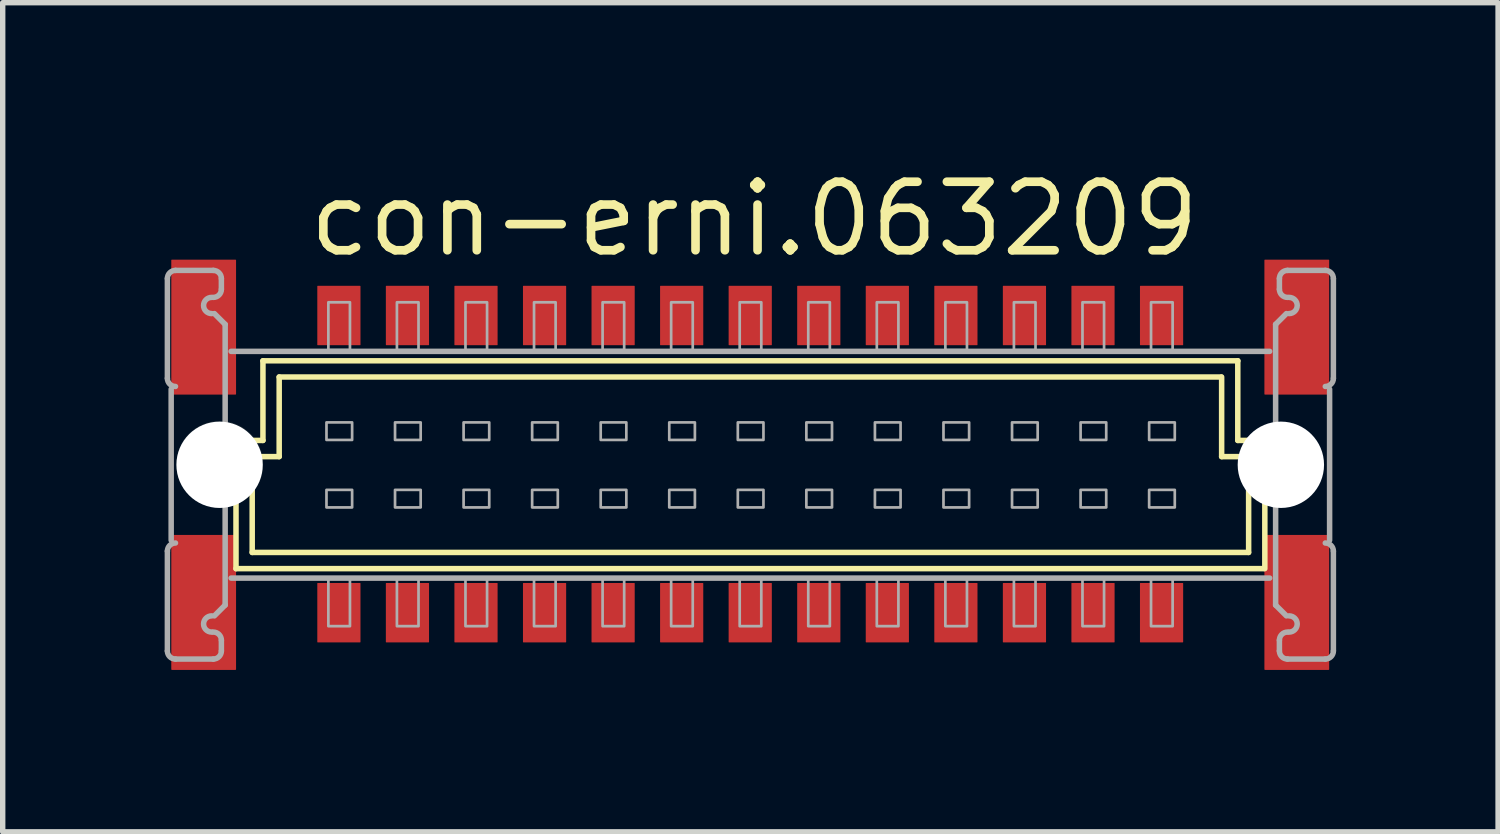
<source format=kicad_pcb>
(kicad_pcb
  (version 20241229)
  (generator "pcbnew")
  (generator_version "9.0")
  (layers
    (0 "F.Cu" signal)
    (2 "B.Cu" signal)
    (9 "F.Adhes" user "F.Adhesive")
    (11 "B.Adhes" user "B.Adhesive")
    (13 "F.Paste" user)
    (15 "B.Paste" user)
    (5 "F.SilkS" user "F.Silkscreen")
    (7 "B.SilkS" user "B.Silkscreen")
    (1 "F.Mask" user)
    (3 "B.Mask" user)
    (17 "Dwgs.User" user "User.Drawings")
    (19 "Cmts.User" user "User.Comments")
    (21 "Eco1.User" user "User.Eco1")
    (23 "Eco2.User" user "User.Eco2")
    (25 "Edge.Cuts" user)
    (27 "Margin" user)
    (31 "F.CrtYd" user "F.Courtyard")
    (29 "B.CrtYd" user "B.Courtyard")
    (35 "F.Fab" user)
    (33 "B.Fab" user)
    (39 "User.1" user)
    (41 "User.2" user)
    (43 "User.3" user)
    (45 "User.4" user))
  (footprint "con-erni.063209"
    (layer "F.Cu")
    (at 10.848 5.56)
    (property "Reference" "con-erni.063209" (at -8.255 -3.81 0) (layer "F.SilkS") (effects (font (size 1.27 1.27) (thickness 0.16)) (justify left bottom)))
    (attr smd)
    (fp_line (start -9.526 1.924) (end -9.526 -0.451) (stroke (width 0.102) (type default)) (layer "F.SilkS"))
    (fp_line (start -9.226 -0.151) (end -9.227 -0.151) (stroke (width 0.102) (type default)) (layer "F.SilkS"))
    (fp_line (start -9.226 1.624) (end -9.226 -0.151) (stroke (width 0.102) (type default)) (layer "F.SilkS"))
    (fp_line (start -9.226 1.624) (end 9.232 1.624) (stroke (width 0.102) (type default)) (layer "F.SilkS"))
    (fp_line (start -9.027 -1.926) (end -9.027 -0.451) (stroke (width 0.102) (type default)) (layer "F.SilkS"))
    (fp_line (start -9.027 -0.451) (end -9.526 -0.451) (stroke (width 0.102) (type default)) (layer "F.SilkS"))
    (fp_line (start -8.727 -0.151) (end -9.226 -0.151) (stroke (width 0.102) (type default)) (layer "F.SilkS"))
    (fp_line (start -8.726 -0.151) (end -8.726 -1.626) (stroke (width 0.102) (type default)) (layer "F.SilkS"))
    (fp_line (start 8.723 -1.626) (end -8.726 -1.626) (stroke (width 0.102) (type default)) (layer "F.SilkS"))
    (fp_line (start 8.733 -0.151) (end 8.733 -1.626) (stroke (width 0.102) (type default)) (layer "F.SilkS"))
    (fp_line (start 9.032 -0.451) (end 9.032 -1.926) (stroke (width 0.102) (type default)) (layer "F.SilkS"))
    (fp_line (start 9.033 -1.926) (end -9.027 -1.926) (stroke (width 0.102) (type default)) (layer "F.SilkS"))
    (fp_line (start 9.233 -0.151) (end 8.733 -0.151) (stroke (width 0.102) (type default)) (layer "F.SilkS"))
    (fp_line (start 9.233 1.624) (end 9.233 -0.151) (stroke (width 0.102) (type default)) (layer "F.SilkS"))
    (fp_line (start 9.513 1.924) (end -9.526 1.924) (stroke (width 0.102) (type default)) (layer "F.SilkS"))
    (fp_line (start 9.533 -0.451) (end 9.033 -0.451) (stroke (width 0.102) (type default)) (layer "F.SilkS"))
    (fp_line (start 9.533 1.924) (end 9.533 -0.451) (stroke (width 0.102) (type default)) (layer "F.SilkS"))
    (fp_circle (center -9.826 -0.008) (end -9.027 -0.008) (stroke (width 0.001) (type default)) (fill no) (layer "F.SilkS"))
    (fp_line (start -10.797 -1.601) (end -10.797 -3.451) (stroke (width 0.102) (type default)) (layer "F.Fab"))
    (fp_line (start -10.797 3.449) (end -10.797 1.599) (stroke (width 0.102) (type default)) (layer "F.Fab"))
    (fp_line (start -10.727 -1.401) (end -10.727 1.399) (stroke (width 0.102) (type default)) (layer "F.Fab"))
    (fp_line (start -10.647 -3.601) (end -9.947 -3.601) (stroke (width 0.102) (type default)) (layer "F.Fab"))
    (fp_line (start -9.947 3.599) (end -10.647 3.599) (stroke (width 0.102) (type default)) (layer "F.Fab"))
    (fp_line (start -9.927 -2.801) (end -9.727 -2.601) (stroke (width 0.102) (type default)) (layer "F.Fab"))
    (fp_line (start -9.797 -3.451) (end -9.797 -3.251) (stroke (width 0.102) (type default)) (layer "F.Fab"))
    (fp_line (start -9.797 3.249) (end -9.797 3.449) (stroke (width 0.102) (type default)) (layer "F.Fab"))
    (fp_line (start -9.727 -2.601) (end -9.727 2.599) (stroke (width 0.102) (type default)) (layer "F.Fab"))
    (fp_line (start -9.727 2.599) (end -9.927 2.799) (stroke (width 0.102) (type default)) (layer "F.Fab"))
    (fp_line (start 9.623 -2.101) (end -9.617 -2.101) (stroke (width 0.102) (type default)) (layer "F.Fab"))
    (fp_line (start 9.623 2.099) (end -9.617 2.099) (stroke (width 0.102) (type default)) (layer "F.Fab"))
    (fp_line (start 9.733 -2.601) (end 9.733 2.599) (stroke (width 0.102) (type default)) (layer "F.Fab"))
    (fp_line (start 9.733 2.599) (end 9.933 2.799) (stroke (width 0.102) (type default)) (layer "F.Fab"))
    (fp_line (start 9.803 -3.451) (end 9.803 -3.251) (stroke (width 0.102) (type default)) (layer "F.Fab"))
    (fp_line (start 9.803 3.249) (end 9.803 3.449) (stroke (width 0.102) (type default)) (layer "F.Fab"))
    (fp_line (start 9.933 -2.801) (end 9.733 -2.601) (stroke (width 0.102) (type default)) (layer "F.Fab"))
    (fp_line (start 9.953 3.599) (end 10.653 3.599) (stroke (width 0.102) (type default)) (layer "F.Fab"))
    (fp_line (start 10.653 -3.601) (end 9.953 -3.601) (stroke (width 0.102) (type default)) (layer "F.Fab"))
    (fp_line (start 10.733 -1.401) (end 10.733 1.399) (stroke (width 0.102) (type default)) (layer "F.Fab"))
    (fp_line (start 10.803 -1.601) (end 10.803 -3.451) (stroke (width 0.102) (type default)) (layer "F.Fab"))
    (fp_line (start 10.803 3.449) (end 10.803 1.599) (stroke (width 0.102) (type default)) (layer "F.Fab"))
    (fp_rect (start -7.85 -0.46) (end -7.375 -0.785) (stroke (width 0.05) (type default)) (fill no) (layer "F.Fab"))
    (fp_rect (start -7.85 0.79) (end -7.375 0.465) (stroke (width 0.05) (type default)) (fill no) (layer "F.Fab"))
    (fp_rect (start -7.815 -2.125) (end -7.415 -3.01) (stroke (width 0.05) (type default)) (fill no) (layer "F.Fab"))
    (fp_rect (start -7.815 2.99) (end -7.415 2.1) (stroke (width 0.05) (type default)) (fill no) (layer "F.Fab"))
    (fp_rect (start -6.58 -0.46) (end -6.105 -0.785) (stroke (width 0.05) (type default)) (fill no) (layer "F.Fab"))
    (fp_rect (start -6.58 0.79) (end -6.105 0.465) (stroke (width 0.05) (type default)) (fill no) (layer "F.Fab"))
    (fp_rect (start -6.545 -2.125) (end -6.145 -3.01) (stroke (width 0.05) (type default)) (fill no) (layer "F.Fab"))
    (fp_rect (start -6.545 2.99) (end -6.145 2.1) (stroke (width 0.05) (type default)) (fill no) (layer "F.Fab"))
    (fp_rect (start -5.31 -0.46) (end -4.835 -0.785) (stroke (width 0.05) (type default)) (fill no) (layer "F.Fab"))
    (fp_rect (start -5.31 0.79) (end -4.835 0.465) (stroke (width 0.05) (type default)) (fill no) (layer "F.Fab"))
    (fp_rect (start -5.275 -2.125) (end -4.875 -3.01) (stroke (width 0.05) (type default)) (fill no) (layer "F.Fab"))
    (fp_rect (start -5.275 2.99) (end -4.875 2.1) (stroke (width 0.05) (type default)) (fill no) (layer "F.Fab"))
    (fp_rect (start -4.04 -0.46) (end -3.565 -0.785) (stroke (width 0.05) (type default)) (fill no) (layer "F.Fab"))
    (fp_rect (start -4.04 0.79) (end -3.565 0.465) (stroke (width 0.05) (type default)) (fill no) (layer "F.Fab"))
    (fp_rect (start -4.005 -2.125) (end -3.605 -3.01) (stroke (width 0.05) (type default)) (fill no) (layer "F.Fab"))
    (fp_rect (start -4.005 2.99) (end -3.605 2.1) (stroke (width 0.05) (type default)) (fill no) (layer "F.Fab"))
    (fp_rect (start -2.77 -0.46) (end -2.295 -0.785) (stroke (width 0.05) (type default)) (fill no) (layer "F.Fab"))
    (fp_rect (start -2.77 0.79) (end -2.295 0.465) (stroke (width 0.05) (type default)) (fill no) (layer "F.Fab"))
    (fp_rect (start -2.735 -2.125) (end -2.335 -3.01) (stroke (width 0.05) (type default)) (fill no) (layer "F.Fab"))
    (fp_rect (start -2.735 2.99) (end -2.335 2.1) (stroke (width 0.05) (type default)) (fill no) (layer "F.Fab"))
    (fp_rect (start -1.5 -0.46) (end -1.025 -0.785) (stroke (width 0.05) (type default)) (fill no) (layer "F.Fab"))
    (fp_rect (start -1.5 0.79) (end -1.025 0.465) (stroke (width 0.05) (type default)) (fill no) (layer "F.Fab"))
    (fp_rect (start -1.465 -2.125) (end -1.065 -3.01) (stroke (width 0.05) (type default)) (fill no) (layer "F.Fab"))
    (fp_rect (start -1.465 2.99) (end -1.065 2.1) (stroke (width 0.05) (type default)) (fill no) (layer "F.Fab"))
    (fp_rect (start -0.23 -0.46) (end 0.245 -0.785) (stroke (width 0.05) (type default)) (fill no) (layer "F.Fab"))
    (fp_rect (start -0.23 0.79) (end 0.245 0.465) (stroke (width 0.05) (type default)) (fill no) (layer "F.Fab"))
    (fp_rect (start -0.195 -2.125) (end 0.205 -3.01) (stroke (width 0.05) (type default)) (fill no) (layer "F.Fab"))
    (fp_rect (start -0.195 2.99) (end 0.205 2.1) (stroke (width 0.05) (type default)) (fill no) (layer "F.Fab"))
    (fp_rect (start 1.04 -0.46) (end 1.515 -0.785) (stroke (width 0.05) (type default)) (fill no) (layer "F.Fab"))
    (fp_rect (start 1.04 0.79) (end 1.515 0.465) (stroke (width 0.05) (type default)) (fill no) (layer "F.Fab"))
    (fp_rect (start 1.075 -2.125) (end 1.475 -3.01) (stroke (width 0.05) (type default)) (fill no) (layer "F.Fab"))
    (fp_rect (start 1.075 2.99) (end 1.475 2.1) (stroke (width 0.05) (type default)) (fill no) (layer "F.Fab"))
    (fp_rect (start 2.31 -0.46) (end 2.785 -0.785) (stroke (width 0.05) (type default)) (fill no) (layer "F.Fab"))
    (fp_rect (start 2.31 0.79) (end 2.785 0.465) (stroke (width 0.05) (type default)) (fill no) (layer "F.Fab"))
    (fp_rect (start 2.345 -2.125) (end 2.745 -3.01) (stroke (width 0.05) (type default)) (fill no) (layer "F.Fab"))
    (fp_rect (start 2.345 2.99) (end 2.745 2.1) (stroke (width 0.05) (type default)) (fill no) (layer "F.Fab"))
    (fp_rect (start 3.58 -0.46) (end 4.055 -0.785) (stroke (width 0.05) (type default)) (fill no) (layer "F.Fab"))
    (fp_rect (start 3.58 0.79) (end 4.055 0.465) (stroke (width 0.05) (type default)) (fill no) (layer "F.Fab"))
    (fp_rect (start 3.615 -2.125) (end 4.015 -3.01) (stroke (width 0.05) (type default)) (fill no) (layer "F.Fab"))
    (fp_rect (start 3.615 2.99) (end 4.015 2.1) (stroke (width 0.05) (type default)) (fill no) (layer "F.Fab"))
    (fp_rect (start 4.85 -0.46) (end 5.325 -0.785) (stroke (width 0.05) (type default)) (fill no) (layer "F.Fab"))
    (fp_rect (start 4.85 0.79) (end 5.325 0.465) (stroke (width 0.05) (type default)) (fill no) (layer "F.Fab"))
    (fp_rect (start 4.885 -2.125) (end 5.285 -3.01) (stroke (width 0.05) (type default)) (fill no) (layer "F.Fab"))
    (fp_rect (start 4.885 2.99) (end 5.285 2.1) (stroke (width 0.05) (type default)) (fill no) (layer "F.Fab"))
    (fp_rect (start 6.12 -0.46) (end 6.595 -0.785) (stroke (width 0.05) (type default)) (fill no) (layer "F.Fab"))
    (fp_rect (start 6.12 0.79) (end 6.595 0.465) (stroke (width 0.05) (type default)) (fill no) (layer "F.Fab"))
    (fp_rect (start 6.155 -2.125) (end 6.555 -3.01) (stroke (width 0.05) (type default)) (fill no) (layer "F.Fab"))
    (fp_rect (start 6.155 2.99) (end 6.555 2.1) (stroke (width 0.05) (type default)) (fill no) (layer "F.Fab"))
    (fp_rect (start 7.39 -0.46) (end 7.865 -0.785) (stroke (width 0.05) (type default)) (fill no) (layer "F.Fab"))
    (fp_rect (start 7.39 0.79) (end 7.865 0.465) (stroke (width 0.05) (type default)) (fill no) (layer "F.Fab"))
    (fp_rect (start 7.425 -2.125) (end 7.825 -3.01) (stroke (width 0.05) (type default)) (fill no) (layer "F.Fab"))
    (fp_rect (start 7.425 2.99) (end 7.825 2.1) (stroke (width 0.05) (type default)) (fill no) (layer "F.Fab"))
    (fp_arc (start -10.7969 -3.4508) (mid -10.752966 -3.556866) (end -10.6469 -3.6008) (stroke (width 0.1016) (type default)) (layer "F.Fab"))
    (fp_arc (start -10.7969 1.5992) (mid -10.752966 1.493134) (end -10.6469 1.4492) (stroke (width 0.1016) (type default)) (layer "F.Fab"))
    (fp_arc (start -10.6469 -1.4508) (mid -10.752966 -1.494734) (end -10.7969 -1.6008) (stroke (width 0.1016) (type default)) (layer "F.Fab"))
    (fp_arc (start -10.6469 3.5992) (mid -10.752966 3.555266) (end -10.7969 3.4492) (stroke (width 0.1016) (type default)) (layer "F.Fab"))
    (fp_arc (start -9.9769 -2.8008) (mid -10.1269 -2.9508) (end -9.9769 -3.1008) (stroke (width 0.1016) (type default)) (layer "F.Fab"))
    (fp_arc (start -9.9769 3.0992) (mid -10.1269 2.9492) (end -9.9769 2.7992) (stroke (width 0.1016) (type default)) (layer "F.Fab"))
    (fp_arc (start -9.9469 -3.6008) (mid -9.840834 -3.556866) (end -9.7969 -3.4508) (stroke (width 0.1016) (type default)) (layer "F.Fab"))
    (fp_arc (start -9.9469 3.0992) (mid -9.840834 3.143134) (end -9.7969 3.2492) (stroke (width 0.1016) (type default)) (layer "F.Fab"))
    (fp_arc (start -9.7969 -3.2508) (mid -9.840834 -3.144734) (end -9.9469 -3.1008) (stroke (width 0.1016) (type default)) (layer "F.Fab"))
    (fp_arc (start -9.7969 3.4492) (mid -9.840834 3.555266) (end -9.9469 3.5992) (stroke (width 0.1016) (type default)) (layer "F.Fab"))
    (fp_arc (start 9.8031 -3.4508) (mid 9.847034 -3.556866) (end 9.9531 -3.6008) (stroke (width 0.1016) (type default)) (layer "F.Fab"))
    (fp_arc (start 9.8031 3.2492) (mid 9.847034 3.143134) (end 9.9531 3.0992) (stroke (width 0.1016) (type default)) (layer "F.Fab"))
    (fp_arc (start 9.9531 -3.1008) (mid 9.847034 -3.144734) (end 9.8031 -3.2508) (stroke (width 0.1016) (type default)) (layer "F.Fab"))
    (fp_arc (start 9.9531 3.5992) (mid 9.847034 3.555266) (end 9.8031 3.4492) (stroke (width 0.1016) (type default)) (layer "F.Fab"))
    (fp_arc (start 9.9831 -3.1008) (mid 10.1331 -2.9508) (end 9.9831 -2.8008) (stroke (width 0.1016) (type default)) (layer "F.Fab"))
    (fp_arc (start 9.9831 2.7992) (mid 10.1331 2.9492) (end 9.9831 3.0992) (stroke (width 0.1016) (type default)) (layer "F.Fab"))
    (fp_arc (start 10.6531 -3.6008) (mid 10.759166 -3.556866) (end 10.8031 -3.4508) (stroke (width 0.1016) (type default)) (layer "F.Fab"))
    (fp_arc (start 10.6531 1.4492) (mid 10.759166 1.493134) (end 10.8031 1.5992) (stroke (width 0.1016) (type default)) (layer "F.Fab"))
    (fp_arc (start 10.8031 -1.6008) (mid 10.759166 -1.494734) (end 10.6531 -1.4508) (stroke (width 0.1016) (type default)) (layer "F.Fab"))
    (fp_arc (start 10.8031 3.4492) (mid 10.759166 3.555266) (end 10.6531 3.5992) (stroke (width 0.1016) (type default)) (layer "F.Fab"))
    (pad "" np_thru_hole circle (at -9.83 0) (size 1.6 1.6) (drill 1.6) (layers "*.Cu" "*.Mask"))
    (pad "" np_thru_hole circle (at 9.83 0) (size 1.6 1.6) (drill 1.6) (layers "*.Cu" "*.Mask"))
    (pad "A1" smd roundrect (at -7.62 -2.765 180) (size 0.8 1.1) (layers "F.Cu" "F.Mask" "F.Paste") (roundrect_rratio 0.01))
    (pad "A2" smd roundrect (at -6.35 -2.765 180) (size 0.8 1.1) (layers "F.Cu" "F.Mask" "F.Paste") (roundrect_rratio 0.01))
    (pad "A3" smd roundrect (at -5.08 -2.765 180) (size 0.8 1.1) (layers "F.Cu" "F.Mask" "F.Paste") (roundrect_rratio 0.01))
    (pad "A4" smd roundrect (at -3.81 -2.765 180) (size 0.8 1.1) (layers "F.Cu" "F.Mask" "F.Paste") (roundrect_rratio 0.01))
    (pad "A5" smd roundrect (at -2.54 -2.765 180) (size 0.8 1.1) (layers "F.Cu" "F.Mask" "F.Paste") (roundrect_rratio 0.01))
    (pad "A6" smd roundrect (at -1.27 -2.765 180) (size 0.8 1.1) (layers "F.Cu" "F.Mask" "F.Paste") (roundrect_rratio 0.01))
    (pad "A7" smd roundrect (at 0 -2.765 180) (size 0.8 1.1) (layers "F.Cu" "F.Mask" "F.Paste") (roundrect_rratio 0.01))
    (pad "A8" smd roundrect (at 1.27 -2.765 180) (size 0.8 1.1) (layers "F.Cu" "F.Mask" "F.Paste") (roundrect_rratio 0.01))
    (pad "A9" smd roundrect (at 2.54 -2.765 180) (size 0.8 1.1) (layers "F.Cu" "F.Mask" "F.Paste") (roundrect_rratio 0.01))
    (pad "A10" smd roundrect (at 3.81 -2.765 180) (size 0.8 1.1) (layers "F.Cu" "F.Mask" "F.Paste") (roundrect_rratio 0.01))
    (pad "A11" smd roundrect (at 5.08 -2.765 180) (size 0.8 1.1) (layers "F.Cu" "F.Mask" "F.Paste") (roundrect_rratio 0.01))
    (pad "A12" smd roundrect (at 6.35 -2.765 180) (size 0.8 1.1) (layers "F.Cu" "F.Mask" "F.Paste") (roundrect_rratio 0.01))
    (pad "A13" smd roundrect (at 7.62 -2.765 180) (size 0.8 1.1) (layers "F.Cu" "F.Mask" "F.Paste") (roundrect_rratio 0.01))
    (pad "B1" smd roundrect (at -7.62 2.74 180) (size 0.8 1.1) (layers "F.Cu" "F.Mask" "F.Paste") (roundrect_rratio 0.01))
    (pad "B2" smd roundrect (at -6.35 2.74 180) (size 0.8 1.1) (layers "F.Cu" "F.Mask" "F.Paste") (roundrect_rratio 0.01))
    (pad "B3" smd roundrect (at -5.08 2.74 180) (size 0.8 1.1) (layers "F.Cu" "F.Mask" "F.Paste") (roundrect_rratio 0.01))
    (pad "B4" smd roundrect (at -3.81 2.74 180) (size 0.8 1.1) (layers "F.Cu" "F.Mask" "F.Paste") (roundrect_rratio 0.01))
    (pad "B5" smd roundrect (at -2.54 2.74 180) (size 0.8 1.1) (layers "F.Cu" "F.Mask" "F.Paste") (roundrect_rratio 0.01))
    (pad "B6" smd roundrect (at -1.27 2.74 180) (size 0.8 1.1) (layers "F.Cu" "F.Mask" "F.Paste") (roundrect_rratio 0.01))
    (pad "B7" smd roundrect (at 0 2.74 180) (size 0.8 1.1) (layers "F.Cu" "F.Mask" "F.Paste") (roundrect_rratio 0.01))
    (pad "B8" smd roundrect (at 1.27 2.74 180) (size 0.8 1.1) (layers "F.Cu" "F.Mask" "F.Paste") (roundrect_rratio 0.01))
    (pad "B9" smd roundrect (at 2.54 2.74 180) (size 0.8 1.1) (layers "F.Cu" "F.Mask" "F.Paste") (roundrect_rratio 0.01))
    (pad "B10" smd roundrect (at 3.81 2.74 180) (size 0.8 1.1) (layers "F.Cu" "F.Mask" "F.Paste") (roundrect_rratio 0.01))
    (pad "B11" smd roundrect (at 5.08 2.74 180) (size 0.8 1.1) (layers "F.Cu" "F.Mask" "F.Paste") (roundrect_rratio 0.01))
    (pad "B12" smd roundrect (at 6.35 2.74 180) (size 0.8 1.1) (layers "F.Cu" "F.Mask" "F.Paste") (roundrect_rratio 0.01))
    (pad "B13" smd roundrect (at 7.62 2.74 180) (size 0.8 1.1) (layers "F.Cu" "F.Mask" "F.Paste") (roundrect_rratio 0.01))
    (pad "M1" smd roundrect (at -10.125 -2.55 180) (size 1.2 2.5) (layers "F.Cu" "F.Mask" "F.Paste") (roundrect_rratio 0.01))
    (pad "M2" smd roundrect (at -10.125 2.55 180) (size 1.2 2.5) (layers "F.Cu" "F.Mask" "F.Paste") (roundrect_rratio 0.01))
    (pad "M3" smd roundrect (at 10.125 2.55) (size 1.2 2.5) (layers "F.Cu" "F.Mask" "F.Paste") (roundrect_rratio 0.01))
    (pad "M4" smd roundrect (at 10.125 -2.55) (size 1.2 2.5) (layers "F.Cu" "F.Mask" "F.Paste") (roundrect_rratio 0.01)))
  (gr_rect
    (start -3 -3)
    (end 24.702 12.36)
    (stroke (width 0.1) (type default))
    (fill no)
    (layer "Edge.Cuts")))
</source>
